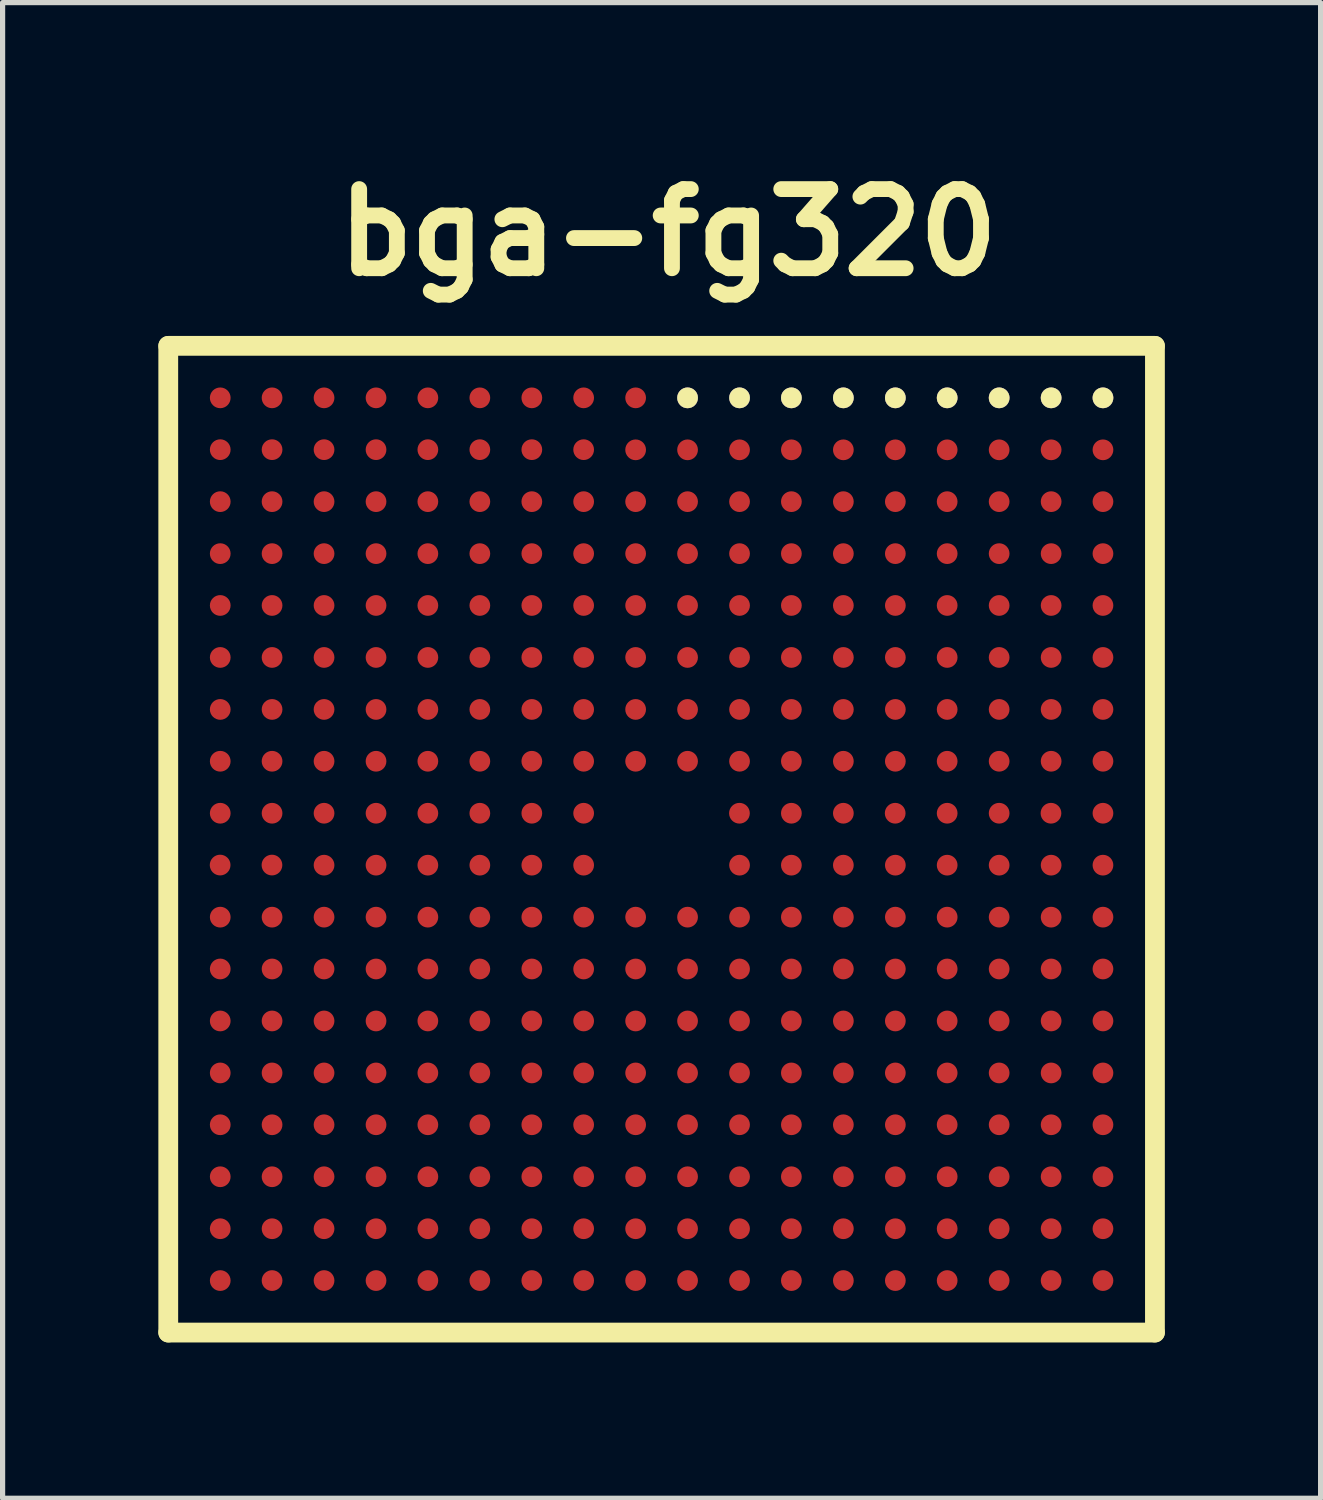
<source format=kicad_pcb>
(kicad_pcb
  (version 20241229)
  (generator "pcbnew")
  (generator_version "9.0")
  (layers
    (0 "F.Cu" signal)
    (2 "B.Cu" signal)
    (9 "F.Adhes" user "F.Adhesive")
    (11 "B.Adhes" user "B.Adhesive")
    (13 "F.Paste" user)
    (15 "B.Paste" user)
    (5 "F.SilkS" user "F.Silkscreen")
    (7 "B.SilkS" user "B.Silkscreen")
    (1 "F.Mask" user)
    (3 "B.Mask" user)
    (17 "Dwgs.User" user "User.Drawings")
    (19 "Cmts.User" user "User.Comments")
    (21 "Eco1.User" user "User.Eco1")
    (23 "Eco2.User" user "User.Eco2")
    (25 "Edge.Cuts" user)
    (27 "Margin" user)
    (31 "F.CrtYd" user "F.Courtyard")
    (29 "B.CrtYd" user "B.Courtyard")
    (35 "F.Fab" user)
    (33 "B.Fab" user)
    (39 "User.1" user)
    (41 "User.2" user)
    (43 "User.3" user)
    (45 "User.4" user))
  (footprint "bga-fg320"
    (layer "F.Cu")
    (at 9.69 13.11)
    (property "Reference" "bga-fg320" (at 0.127 -11.684 0) (layer "F.SilkS") (effects (font (size 1.524 1.524) (thickness 0.305))))
    (attr through_hole)
    (fp_line (start -9.5 -9.5) (end 9.5 -9.5) (stroke (width 0.381) (type solid)) (layer "F.SilkS"))
    (fp_line (start -9.5 9.5) (end -9.5 -9.5) (stroke (width 0.381) (type solid)) (layer "F.SilkS"))
    (fp_line (start 9.5 -9.5) (end 9.5 9.5) (stroke (width 0.381) (type solid)) (layer "F.SilkS"))
    (fp_line (start 9.5 9.5) (end -9.5 9.5) (stroke (width 0.381) (type solid)) (layer "F.SilkS"))
    (pad "A1" smd circle (at -8.499 -8.499) (size 0.399 0.399) (layers "F.Cu" "F.Mask" "F.Paste"))
    (pad "A2" smd circle (at -7.501 -8.499) (size 0.399 0.399) (layers "F.Cu" "F.Mask" "F.Paste"))
    (pad "A3" smd circle (at -6.5 -8.499) (size 0.399 0.399) (layers "F.Cu" "F.Mask" "F.Paste"))
    (pad "A4" smd circle (at -5.499 -8.499) (size 0.399 0.399) (layers "F.Cu" "F.Mask" "F.Paste"))
    (pad "A5" smd circle (at -4.501 -8.499) (size 0.399 0.399) (layers "F.Cu" "F.Mask" "F.Paste"))
    (pad "A6" smd circle (at -3.5 -8.499) (size 0.399 0.399) (layers "F.Cu" "F.Mask" "F.Paste"))
    (pad "A7" smd circle (at -2.499 -8.499) (size 0.399 0.399) (layers "F.Cu" "F.Mask" "F.Paste"))
    (pad "A8" smd circle (at -1.501 -8.499) (size 0.399 0.399) (layers "F.Cu" "F.Mask" "F.Paste"))
    (pad "A9" smd circle (at -0.5 -8.499) (size 0.399 0.399) (layers "F.Cu" "F.Mask" "F.Paste"))
    (pad "A10" thru_hole circle (at 0.5 -8.499) (size 0.399 0.399) (drill 0.000001) (layers "F.Cu" "F.Mask" "F.SilkS"))
    (pad "A11" thru_hole circle (at 1.501 -8.499) (size 0.399 0.399) (drill 0.000001) (layers "F.Cu" "F.Mask" "F.SilkS"))
    (pad "A12" thru_hole circle (at 2.499 -8.499) (size 0.399 0.399) (drill 0.000001) (layers "F.Cu" "F.Mask" "F.SilkS"))
    (pad "A13" thru_hole circle (at 3.5 -8.499) (size 0.399 0.399) (drill 0.000001) (layers "F.Cu" "F.Mask" "F.SilkS"))
    (pad "A14" thru_hole circle (at 4.501 -8.499) (size 0.399 0.399) (drill 0.000001) (layers "F.Cu" "F.Mask" "F.SilkS"))
    (pad "A15" thru_hole circle (at 5.499 -8.499) (size 0.399 0.399) (drill 0.000001) (layers "F.Cu" "F.Mask" "F.SilkS"))
    (pad "A16" thru_hole circle (at 6.5 -8.499) (size 0.399 0.399) (drill 0.000001) (layers "F.Cu" "F.Mask" "F.SilkS"))
    (pad "A17" thru_hole circle (at 7.501 -8.499) (size 0.399 0.399) (drill 0.000001) (layers "F.Cu" "F.Mask" "F.SilkS"))
    (pad "A18" thru_hole circle (at 8.499 -8.499) (size 0.399 0.399) (drill 0.000001) (layers "F.Cu" "F.Mask" "F.SilkS"))
    (pad "B1" smd circle (at -8.499 -7.501) (size 0.399 0.399) (layers "F.Cu" "F.Mask" "F.Paste"))
    (pad "B2" smd circle (at -7.501 -7.501) (size 0.399 0.399) (layers "F.Cu" "F.Mask" "F.Paste"))
    (pad "B3" smd circle (at -6.5 -7.501) (size 0.399 0.399) (layers "F.Cu" "F.Mask" "F.Paste"))
    (pad "B4" smd circle (at -5.499 -7.501) (size 0.399 0.399) (layers "F.Cu" "F.Mask" "F.Paste"))
    (pad "B5" smd circle (at -4.501 -7.501) (size 0.399 0.399) (layers "F.Cu" "F.Mask" "F.Paste"))
    (pad "B6" smd circle (at -3.5 -7.501) (size 0.399 0.399) (layers "F.Cu" "F.Mask" "F.Paste"))
    (pad "B7" smd circle (at -2.499 -7.501) (size 0.399 0.399) (layers "F.Cu" "F.Mask" "F.Paste"))
    (pad "B8" smd circle (at -1.501 -7.501) (size 0.399 0.399) (layers "F.Cu" "F.Mask" "F.Paste"))
    (pad "B9" smd circle (at -0.5 -7.498) (size 0.399 0.399) (layers "F.Cu" "F.Mask" "F.Paste"))
    (pad "B10" smd circle (at 0.5 -7.498) (size 0.399 0.399) (layers "F.Cu" "F.Mask" "F.Paste"))
    (pad "B11" smd circle (at 1.501 -7.498) (size 0.399 0.399) (layers "F.Cu" "F.Mask" "F.Paste"))
    (pad "B12" smd circle (at 2.499 -7.498) (size 0.399 0.399) (layers "F.Cu" "F.Mask" "F.Paste"))
    (pad "B13" smd circle (at 3.5 -7.498) (size 0.399 0.399) (layers "F.Cu" "F.Mask" "F.Paste"))
    (pad "B14" smd circle (at 4.501 -7.498) (size 0.399 0.399) (layers "F.Cu" "F.Mask" "F.Paste"))
    (pad "B15" smd circle (at 5.499 -7.498) (size 0.399 0.399) (layers "F.Cu" "F.Mask" "F.Paste"))
    (pad "B16" smd circle (at 6.5 -7.498) (size 0.399 0.399) (layers "F.Cu" "F.Mask" "F.Paste"))
    (pad "B17" smd circle (at 7.501 -7.498) (size 0.399 0.399) (layers "F.Cu" "F.Mask" "F.Paste"))
    (pad "B18" smd circle (at 8.499 -7.498) (size 0.399 0.399) (layers "F.Cu" "F.Mask" "F.Paste"))
    (pad "C1" smd circle (at -8.499 -6.5) (size 0.399 0.399) (layers "F.Cu" "F.Mask" "F.Paste"))
    (pad "C2" smd circle (at -7.501 -6.5) (size 0.399 0.399) (layers "F.Cu" "F.Mask" "F.Paste"))
    (pad "C3" smd circle (at -6.5 -6.5) (size 0.399 0.399) (layers "F.Cu" "F.Mask" "F.Paste"))
    (pad "C4" smd circle (at -5.499 -6.5) (size 0.399 0.399) (layers "F.Cu" "F.Mask" "F.Paste"))
    (pad "C5" smd circle (at -4.501 -6.5) (size 0.399 0.399) (layers "F.Cu" "F.Mask" "F.Paste"))
    (pad "C6" smd circle (at -3.5 -6.5) (size 0.399 0.399) (layers "F.Cu" "F.Mask" "F.Paste"))
    (pad "C7" smd circle (at -2.499 -6.5) (size 0.399 0.399) (layers "F.Cu" "F.Mask" "F.Paste"))
    (pad "C8" smd circle (at -1.501 -6.5) (size 0.399 0.399) (layers "F.Cu" "F.Mask" "F.Paste"))
    (pad "C9" smd circle (at -0.5 -6.5) (size 0.399 0.399) (layers "F.Cu" "F.Mask" "F.Paste"))
    (pad "C10" smd circle (at 0.5 -6.5) (size 0.399 0.399) (layers "F.Cu" "F.Mask" "F.Paste"))
    (pad "C11" smd circle (at 1.501 -6.5) (size 0.399 0.399) (layers "F.Cu" "F.Mask" "F.Paste"))
    (pad "C12" smd circle (at 2.499 -6.5) (size 0.399 0.399) (layers "F.Cu" "F.Mask" "F.Paste"))
    (pad "C13" smd circle (at 3.5 -6.5) (size 0.399 0.399) (layers "F.Cu" "F.Mask" "F.Paste"))
    (pad "C14" smd circle (at 4.501 -6.5) (size 0.399 0.399) (layers "F.Cu" "F.Mask" "F.Paste"))
    (pad "C15" smd circle (at 5.499 -6.5) (size 0.399 0.399) (layers "F.Cu" "F.Mask" "F.Paste"))
    (pad "C16" smd circle (at 6.5 -6.5) (size 0.399 0.399) (layers "F.Cu" "F.Mask" "F.Paste"))
    (pad "C17" smd circle (at 7.501 -6.5) (size 0.399 0.399) (layers "F.Cu" "F.Mask" "F.Paste"))
    (pad "C18" smd circle (at 8.499 -6.5) (size 0.399 0.399) (layers "F.Cu" "F.Mask" "F.Paste"))
    (pad "D1" smd circle (at -8.499 -5.499) (size 0.399 0.399) (layers "F.Cu" "F.Mask" "F.Paste"))
    (pad "D2" smd circle (at -7.501 -5.499) (size 0.399 0.399) (layers "F.Cu" "F.Mask" "F.Paste"))
    (pad "D3" smd circle (at -6.5 -5.499) (size 0.399 0.399) (layers "F.Cu" "F.Mask" "F.Paste"))
    (pad "D4" smd circle (at -5.499 -5.499) (size 0.399 0.399) (layers "F.Cu" "F.Mask" "F.Paste"))
    (pad "D5" smd circle (at -4.501 -5.499) (size 0.399 0.399) (layers "F.Cu" "F.Mask" "F.Paste"))
    (pad "D6" smd circle (at -3.5 -5.499) (size 0.399 0.399) (layers "F.Cu" "F.Mask" "F.Paste"))
    (pad "D7" smd circle (at -2.499 -5.499) (size 0.399 0.399) (layers "F.Cu" "F.Mask" "F.Paste"))
    (pad "D8" smd circle (at -1.501 -5.499) (size 0.399 0.399) (layers "F.Cu" "F.Mask" "F.Paste"))
    (pad "D9" smd circle (at -0.5 -5.499) (size 0.399 0.399) (layers "F.Cu" "F.Mask" "F.Paste"))
    (pad "D10" smd circle (at 0.5 -5.499) (size 0.399 0.399) (layers "F.Cu" "F.Mask" "F.Paste"))
    (pad "D11" smd circle (at 1.501 -5.499) (size 0.399 0.399) (layers "F.Cu" "F.Mask" "F.Paste"))
    (pad "D12" smd circle (at 2.499 -5.499) (size 0.399 0.399) (layers "F.Cu" "F.Mask" "F.Paste"))
    (pad "D13" smd circle (at 3.5 -5.499) (size 0.399 0.399) (layers "F.Cu" "F.Mask" "F.Paste"))
    (pad "D14" smd circle (at 4.501 -5.499) (size 0.399 0.399) (layers "F.Cu" "F.Mask" "F.Paste"))
    (pad "D15" smd circle (at 5.499 -5.499) (size 0.399 0.399) (layers "F.Cu" "F.Mask" "F.Paste"))
    (pad "D16" smd circle (at 6.5 -5.499) (size 0.399 0.399) (layers "F.Cu" "F.Mask" "F.Paste"))
    (pad "D17" smd circle (at 7.501 -5.499) (size 0.399 0.399) (layers "F.Cu" "F.Mask" "F.Paste"))
    (pad "D18" smd circle (at 8.499 -5.499) (size 0.399 0.399) (layers "F.Cu" "F.Mask" "F.Paste"))
    (pad "E1" smd circle (at -8.499 -4.501) (size 0.399 0.399) (layers "F.Cu" "F.Mask" "F.Paste"))
    (pad "E2" smd circle (at -7.501 -4.501) (size 0.399 0.399) (layers "F.Cu" "F.Mask" "F.Paste"))
    (pad "E3" smd circle (at -6.5 -4.501) (size 0.399 0.399) (layers "F.Cu" "F.Mask" "F.Paste"))
    (pad "E4" smd circle (at -5.499 -4.501) (size 0.399 0.399) (layers "F.Cu" "F.Mask" "F.Paste"))
    (pad "E5" smd circle (at -4.501 -4.501) (size 0.399 0.399) (layers "F.Cu" "F.Mask" "F.Paste"))
    (pad "E6" smd circle (at -3.5 -4.501) (size 0.399 0.399) (layers "F.Cu" "F.Mask" "F.Paste"))
    (pad "E7" smd circle (at -2.499 -4.501) (size 0.399 0.399) (layers "F.Cu" "F.Mask" "F.Paste"))
    (pad "E8" smd circle (at -1.501 -4.501) (size 0.399 0.399) (layers "F.Cu" "F.Mask" "F.Paste"))
    (pad "E9" smd circle (at -0.5 -4.501) (size 0.399 0.399) (layers "F.Cu" "F.Mask" "F.Paste"))
    (pad "E10" smd circle (at 0.5 -4.501) (size 0.399 0.399) (layers "F.Cu" "F.Mask" "F.Paste"))
    (pad "E11" smd circle (at 1.501 -4.501) (size 0.399 0.399) (layers "F.Cu" "F.Mask" "F.Paste"))
    (pad "E12" smd circle (at 2.499 -4.501) (size 0.399 0.399) (layers "F.Cu" "F.Mask" "F.Paste"))
    (pad "E13" smd circle (at 3.5 -4.501) (size 0.399 0.399) (layers "F.Cu" "F.Mask" "F.Paste"))
    (pad "E14" smd circle (at 4.501 -4.501) (size 0.399 0.399) (layers "F.Cu" "F.Mask" "F.Paste"))
    (pad "E15" smd circle (at 5.499 -4.501) (size 0.399 0.399) (layers "F.Cu" "F.Mask" "F.Paste"))
    (pad "E16" smd circle (at 6.5 -4.501) (size 0.399 0.399) (layers "F.Cu" "F.Mask" "F.Paste"))
    (pad "E17" smd circle (at 7.501 -4.501) (size 0.399 0.399) (layers "F.Cu" "F.Mask" "F.Paste"))
    (pad "E18" smd circle (at 8.499 -4.501) (size 0.399 0.399) (layers "F.Cu" "F.Mask" "F.Paste"))
    (pad "F1" smd circle (at -8.499 -3.5) (size 0.399 0.399) (layers "F.Cu" "F.Mask" "F.Paste"))
    (pad "F2" smd circle (at -7.501 -3.5) (size 0.399 0.399) (layers "F.Cu" "F.Mask" "F.Paste"))
    (pad "F3" smd circle (at -6.5 -3.5) (size 0.399 0.399) (layers "F.Cu" "F.Mask" "F.Paste"))
    (pad "F4" smd circle (at -5.499 -3.5) (size 0.399 0.399) (layers "F.Cu" "F.Mask" "F.Paste"))
    (pad "F5" smd circle (at -4.501 -3.5) (size 0.399 0.399) (layers "F.Cu" "F.Mask" "F.Paste"))
    (pad "F6" smd circle (at -3.5 -3.5) (size 0.399 0.399) (layers "F.Cu" "F.Mask" "F.Paste"))
    (pad "F7" smd circle (at -2.499 -3.5) (size 0.399 0.399) (layers "F.Cu" "F.Mask" "F.Paste"))
    (pad "F8" smd circle (at -1.501 -3.5) (size 0.399 0.399) (layers "F.Cu" "F.Mask" "F.Paste"))
    (pad "F9" smd circle (at -0.5 -3.5) (size 0.399 0.399) (layers "F.Cu" "F.Mask" "F.Paste"))
    (pad "F10" smd circle (at 0.5 -3.5) (size 0.399 0.399) (layers "F.Cu" "F.Mask" "F.Paste"))
    (pad "F11" smd circle (at 1.501 -3.5) (size 0.399 0.399) (layers "F.Cu" "F.Mask" "F.Paste"))
    (pad "F12" smd circle (at 2.499 -3.5) (size 0.399 0.399) (layers "F.Cu" "F.Mask" "F.Paste"))
    (pad "F13" smd circle (at 3.5 -3.5) (size 0.399 0.399) (layers "F.Cu" "F.Mask" "F.Paste"))
    (pad "F14" smd circle (at 4.501 -3.5) (size 0.399 0.399) (layers "F.Cu" "F.Mask" "F.Paste"))
    (pad "F15" smd circle (at 5.499 -3.5) (size 0.399 0.399) (layers "F.Cu" "F.Mask" "F.Paste"))
    (pad "F16" smd circle (at 6.5 -3.5) (size 0.399 0.399) (layers "F.Cu" "F.Mask" "F.Paste"))
    (pad "F17" smd circle (at 7.501 -3.5) (size 0.399 0.399) (layers "F.Cu" "F.Mask" "F.Paste"))
    (pad "F18" smd circle (at 8.499 -3.5) (size 0.399 0.399) (layers "F.Cu" "F.Mask" "F.Paste"))
    (pad "G1" smd circle (at -8.499 -2.499) (size 0.399 0.399) (layers "F.Cu" "F.Mask" "F.Paste"))
    (pad "G2" smd circle (at -7.501 -2.499) (size 0.399 0.399) (layers "F.Cu" "F.Mask" "F.Paste"))
    (pad "G3" smd circle (at -6.5 -2.499) (size 0.399 0.399) (layers "F.Cu" "F.Mask" "F.Paste"))
    (pad "G4" smd circle (at -5.499 -2.499) (size 0.399 0.399) (layers "F.Cu" "F.Mask" "F.Paste"))
    (pad "G5" smd circle (at -4.501 -2.499) (size 0.399 0.399) (layers "F.Cu" "F.Mask" "F.Paste"))
    (pad "G6" smd circle (at -3.5 -2.499) (size 0.399 0.399) (layers "F.Cu" "F.Mask" "F.Paste"))
    (pad "G7" smd circle (at -2.499 -2.499) (size 0.399 0.399) (layers "F.Cu" "F.Mask" "F.Paste"))
    (pad "G8" smd circle (at -1.501 -2.499) (size 0.399 0.399) (layers "F.Cu" "F.Mask" "F.Paste"))
    (pad "G9" smd circle (at -0.5 -2.499) (size 0.399 0.399) (layers "F.Cu" "F.Mask" "F.Paste"))
    (pad "G10" smd circle (at 0.5 -2.499) (size 0.399 0.399) (layers "F.Cu" "F.Mask" "F.Paste"))
    (pad "G11" smd circle (at 1.501 -2.499) (size 0.399 0.399) (layers "F.Cu" "F.Mask" "F.Paste"))
    (pad "G12" smd circle (at 2.499 -2.499) (size 0.399 0.399) (layers "F.Cu" "F.Mask" "F.Paste"))
    (pad "G13" smd circle (at 3.5 -2.499) (size 0.399 0.399) (layers "F.Cu" "F.Mask" "F.Paste"))
    (pad "G14" smd circle (at 4.501 -2.499) (size 0.399 0.399) (layers "F.Cu" "F.Mask" "F.Paste"))
    (pad "G15" smd circle (at 5.499 -2.499) (size 0.399 0.399) (layers "F.Cu" "F.Mask" "F.Paste"))
    (pad "G16" smd circle (at 6.5 -2.499) (size 0.399 0.399) (layers "F.Cu" "F.Mask" "F.Paste"))
    (pad "G17" smd circle (at 7.501 -2.499) (size 0.399 0.399) (layers "F.Cu" "F.Mask" "F.Paste"))
    (pad "G18" smd circle (at 8.499 -2.499) (size 0.399 0.399) (layers "F.Cu" "F.Mask" "F.Paste"))
    (pad "H1" smd circle (at -8.499 -1.501) (size 0.399 0.399) (layers "F.Cu" "F.Mask" "F.Paste"))
    (pad "H2" smd circle (at -7.501 -1.501) (size 0.399 0.399) (layers "F.Cu" "F.Mask" "F.Paste"))
    (pad "H3" smd circle (at -6.5 -1.501) (size 0.399 0.399) (layers "F.Cu" "F.Mask" "F.Paste"))
    (pad "H4" smd circle (at -5.499 -1.501) (size 0.399 0.399) (layers "F.Cu" "F.Mask" "F.Paste"))
    (pad "H5" smd circle (at -4.501 -1.501) (size 0.399 0.399) (layers "F.Cu" "F.Mask" "F.Paste"))
    (pad "H6" smd circle (at -3.5 -1.501) (size 0.399 0.399) (layers "F.Cu" "F.Mask" "F.Paste"))
    (pad "H7" smd circle (at -2.499 -1.501) (size 0.399 0.399) (layers "F.Cu" "F.Mask" "F.Paste"))
    (pad "H8" smd circle (at -1.501 -1.501) (size 0.399 0.399) (layers "F.Cu" "F.Mask" "F.Paste"))
    (pad "H9" smd circle (at -0.5 -1.501) (size 0.399 0.399) (layers "F.Cu" "F.Mask" "F.Paste"))
    (pad "H10" smd circle (at 0.5 -1.501) (size 0.399 0.399) (layers "F.Cu" "F.Mask" "F.Paste"))
    (pad "H11" smd circle (at 1.501 -1.501) (size 0.399 0.399) (layers "F.Cu" "F.Mask" "F.Paste"))
    (pad "H12" smd circle (at 2.499 -1.501) (size 0.399 0.399) (layers "F.Cu" "F.Mask" "F.Paste"))
    (pad "H13" smd circle (at 3.5 -1.501) (size 0.399 0.399) (layers "F.Cu" "F.Mask" "F.Paste"))
    (pad "H14" smd circle (at 4.501 -1.501) (size 0.399 0.399) (layers "F.Cu" "F.Mask" "F.Paste"))
    (pad "H15" smd circle (at 5.499 -1.501) (size 0.399 0.399) (layers "F.Cu" "F.Mask" "F.Paste"))
    (pad "H16" smd circle (at 6.5 -1.501) (size 0.399 0.399) (layers "F.Cu" "F.Mask" "F.Paste"))
    (pad "H17" smd circle (at 7.501 -1.501) (size 0.399 0.399) (layers "F.Cu" "F.Mask" "F.Paste"))
    (pad "H18" smd circle (at 8.499 -1.501) (size 0.399 0.399) (layers "F.Cu" "F.Mask" "F.Paste"))
    (pad "J1" smd circle (at -8.499 -0.5) (size 0.399 0.399) (layers "F.Cu" "F.Mask" "F.Paste"))
    (pad "J2" smd circle (at -7.501 -0.5) (size 0.399 0.399) (layers "F.Cu" "F.Mask" "F.Paste"))
    (pad "J3" smd circle (at -6.5 -0.5) (size 0.399 0.399) (layers "F.Cu" "F.Mask" "F.Paste"))
    (pad "J4" smd circle (at -5.499 -0.5) (size 0.399 0.399) (layers "F.Cu" "F.Mask" "F.Paste"))
    (pad "J5" smd circle (at -4.501 -0.5) (size 0.399 0.399) (layers "F.Cu" "F.Mask" "F.Paste"))
    (pad "J6" smd circle (at -3.5 -0.5) (size 0.399 0.399) (layers "F.Cu" "F.Mask" "F.Paste"))
    (pad "J7" smd circle (at -2.499 -0.5) (size 0.399 0.399) (layers "F.Cu" "F.Mask" "F.Paste"))
    (pad "J8" smd circle (at -1.501 -0.5) (size 0.399 0.399) (layers "F.Cu" "F.Mask" "F.Paste"))
    (pad "J11" smd circle (at 1.499 -0.5) (size 0.399 0.399) (layers "F.Cu" "F.Mask" "F.Paste"))
    (pad "J12" smd circle (at 2.499 -0.5) (size 0.399 0.399) (layers "F.Cu" "F.Mask" "F.Paste"))
    (pad "J13" smd circle (at 3.5 -0.5) (size 0.399 0.399) (layers "F.Cu" "F.Mask" "F.Paste"))
    (pad "J14" smd circle (at 4.498 -0.5) (size 0.399 0.399) (layers "F.Cu" "F.Mask" "F.Paste"))
    (pad "J15" smd circle (at 5.499 -0.5) (size 0.399 0.399) (layers "F.Cu" "F.Mask" "F.Paste"))
    (pad "J16" smd circle (at 6.5 -0.5) (size 0.399 0.399) (layers "F.Cu" "F.Mask" "F.Paste"))
    (pad "J17" smd circle (at 7.498 -0.5) (size 0.399 0.399) (layers "F.Cu" "F.Mask" "F.Paste"))
    (pad "J18" smd circle (at 8.499 -0.5) (size 0.399 0.399) (layers "F.Cu" "F.Mask" "F.Paste"))
    (pad "K1" smd circle (at -8.501 0.498) (size 0.399 0.399) (layers "F.Cu" "F.Mask" "F.Paste"))
    (pad "K2" smd circle (at -7.503 0.498) (size 0.399 0.399) (layers "F.Cu" "F.Mask" "F.Paste"))
    (pad "K3" smd circle (at -6.5 0.5) (size 0.399 0.399) (layers "F.Cu" "F.Mask" "F.Paste"))
    (pad "K4" smd circle (at -5.499 0.5) (size 0.399 0.399) (layers "F.Cu" "F.Mask" "F.Paste"))
    (pad "K5" smd circle (at -4.501 0.5) (size 0.399 0.399) (layers "F.Cu" "F.Mask" "F.Paste"))
    (pad "K6" smd circle (at -3.5 0.5) (size 0.399 0.399) (layers "F.Cu" "F.Mask" "F.Paste"))
    (pad "K7" smd circle (at -2.499 0.5) (size 0.399 0.399) (layers "F.Cu" "F.Mask" "F.Paste"))
    (pad "K8" smd circle (at -1.501 0.5) (size 0.399 0.399) (layers "F.Cu" "F.Mask" "F.Paste"))
    (pad "K11" smd circle (at 1.501 0.5) (size 0.399 0.399) (layers "F.Cu" "F.Mask" "F.Paste"))
    (pad "K12" smd circle (at 2.499 0.5) (size 0.399 0.399) (layers "F.Cu" "F.Mask" "F.Paste"))
    (pad "K13" smd circle (at 3.5 0.5) (size 0.399 0.399) (layers "F.Cu" "F.Mask" "F.Paste"))
    (pad "K14" smd circle (at 4.501 0.5) (size 0.399 0.399) (layers "F.Cu" "F.Mask" "F.Paste"))
    (pad "K15" smd circle (at 5.499 0.5) (size 0.399 0.399) (layers "F.Cu" "F.Mask" "F.Paste"))
    (pad "K16" smd circle (at 6.5 0.5) (size 0.399 0.399) (layers "F.Cu" "F.Mask" "F.Paste"))
    (pad "K17" smd circle (at 7.501 0.5) (size 0.399 0.399) (layers "F.Cu" "F.Mask" "F.Paste"))
    (pad "K18" smd circle (at 8.499 0.5) (size 0.399 0.399) (layers "F.Cu" "F.Mask" "F.Paste"))
    (pad "L1" smd circle (at -8.499 1.501) (size 0.399 0.399) (layers "F.Cu" "F.Mask" "F.Paste"))
    (pad "L2" smd circle (at -7.501 1.501) (size 0.399 0.399) (layers "F.Cu" "F.Mask" "F.Paste"))
    (pad "L3" smd circle (at -6.5 1.501) (size 0.399 0.399) (layers "F.Cu" "F.Mask" "F.Paste"))
    (pad "L4" smd circle (at -5.499 1.501) (size 0.399 0.399) (layers "F.Cu" "F.Mask" "F.Paste"))
    (pad "L5" smd circle (at -4.501 1.501) (size 0.399 0.399) (layers "F.Cu" "F.Mask" "F.Paste"))
    (pad "L6" smd circle (at -3.5 1.501) (size 0.399 0.399) (layers "F.Cu" "F.Mask" "F.Paste"))
    (pad "L7" smd circle (at -2.499 1.501) (size 0.399 0.399) (layers "F.Cu" "F.Mask" "F.Paste"))
    (pad "L8" smd circle (at -1.501 1.501) (size 0.399 0.399) (layers "F.Cu" "F.Mask" "F.Paste"))
    (pad "L9" smd circle (at -0.5 1.501) (size 0.399 0.399) (layers "F.Cu" "F.Mask" "F.Paste"))
    (pad "L10" smd circle (at 0.5 1.501) (size 0.399 0.399) (layers "F.Cu" "F.Mask" "F.Paste"))
    (pad "L11" smd circle (at 1.501 1.501) (size 0.399 0.399) (layers "F.Cu" "F.Mask" "F.Paste"))
    (pad "L12" smd circle (at 2.499 1.501) (size 0.399 0.399) (layers "F.Cu" "F.Mask" "F.Paste"))
    (pad "L13" smd circle (at 3.5 1.501) (size 0.399 0.399) (layers "F.Cu" "F.Mask" "F.Paste"))
    (pad "L14" smd circle (at 4.501 1.501) (size 0.399 0.399) (layers "F.Cu" "F.Mask" "F.Paste"))
    (pad "L15" smd circle (at 5.499 1.501) (size 0.399 0.399) (layers "F.Cu" "F.Mask" "F.Paste"))
    (pad "L16" smd circle (at 6.5 1.501) (size 0.399 0.399) (layers "F.Cu" "F.Mask" "F.Paste"))
    (pad "L17" smd circle (at 7.501 1.501) (size 0.399 0.399) (layers "F.Cu" "F.Mask" "F.Paste"))
    (pad "L18" smd circle (at 8.499 1.501) (size 0.399 0.399) (layers "F.Cu" "F.Mask" "F.Paste"))
    (pad "M1" smd circle (at -8.499 2.499) (size 0.399 0.399) (layers "F.Cu" "F.Mask" "F.Paste"))
    (pad "M2" smd circle (at -7.501 2.499) (size 0.399 0.399) (layers "F.Cu" "F.Mask" "F.Paste"))
    (pad "M3" smd circle (at -6.5 2.499) (size 0.399 0.399) (layers "F.Cu" "F.Mask" "F.Paste"))
    (pad "M4" smd circle (at -5.499 2.499) (size 0.399 0.399) (layers "F.Cu" "F.Mask" "F.Paste"))
    (pad "M5" smd circle (at -4.501 2.499) (size 0.399 0.399) (layers "F.Cu" "F.Mask" "F.Paste"))
    (pad "M6" smd circle (at -3.5 2.499) (size 0.399 0.399) (layers "F.Cu" "F.Mask" "F.Paste"))
    (pad "M7" smd circle (at -2.499 2.499) (size 0.399 0.399) (layers "F.Cu" "F.Mask" "F.Paste"))
    (pad "M8" smd circle (at -1.501 2.499) (size 0.399 0.399) (layers "F.Cu" "F.Mask" "F.Paste"))
    (pad "M9" smd circle (at -0.5 2.499) (size 0.399 0.399) (layers "F.Cu" "F.Mask" "F.Paste"))
    (pad "M10" smd circle (at 0.5 2.499) (size 0.399 0.399) (layers "F.Cu" "F.Mask" "F.Paste"))
    (pad "M11" smd circle (at 1.501 2.499) (size 0.399 0.399) (layers "F.Cu" "F.Mask" "F.Paste"))
    (pad "M12" smd circle (at 2.499 2.499) (size 0.399 0.399) (layers "F.Cu" "F.Mask" "F.Paste"))
    (pad "M13" smd circle (at 3.5 2.499) (size 0.399 0.399) (layers "F.Cu" "F.Mask" "F.Paste"))
    (pad "M14" smd circle (at 4.501 2.499) (size 0.399 0.399) (layers "F.Cu" "F.Mask" "F.Paste"))
    (pad "M15" smd circle (at 5.499 2.499) (size 0.399 0.399) (layers "F.Cu" "F.Mask" "F.Paste"))
    (pad "M16" smd circle (at 6.5 2.499) (size 0.399 0.399) (layers "F.Cu" "F.Mask" "F.Paste"))
    (pad "M17" smd circle (at 7.501 2.499) (size 0.399 0.399) (layers "F.Cu" "F.Mask" "F.Paste"))
    (pad "M18" smd circle (at 8.499 2.499) (size 0.399 0.399) (layers "F.Cu" "F.Mask" "F.Paste"))
    (pad "N1" smd circle (at -8.499 3.5) (size 0.399 0.399) (layers "F.Cu" "F.Mask" "F.Paste"))
    (pad "N2" smd circle (at -7.501 3.5) (size 0.399 0.399) (layers "F.Cu" "F.Mask" "F.Paste"))
    (pad "N3" smd circle (at -6.5 3.5) (size 0.399 0.399) (layers "F.Cu" "F.Mask" "F.Paste"))
    (pad "N4" smd circle (at -5.499 3.5) (size 0.399 0.399) (layers "F.Cu" "F.Mask" "F.Paste"))
    (pad "N5" smd circle (at -4.501 3.5) (size 0.399 0.399) (layers "F.Cu" "F.Mask" "F.Paste"))
    (pad "N6" smd circle (at -3.5 3.5) (size 0.399 0.399) (layers "F.Cu" "F.Mask" "F.Paste"))
    (pad "N7" smd circle (at -2.499 3.5) (size 0.399 0.399) (layers "F.Cu" "F.Mask" "F.Paste"))
    (pad "N8" smd circle (at -1.501 3.5) (size 0.399 0.399) (layers "F.Cu" "F.Mask" "F.Paste"))
    (pad "N9" smd circle (at -0.5 3.5) (size 0.399 0.399) (layers "F.Cu" "F.Mask" "F.Paste"))
    (pad "N10" smd circle (at 0.5 3.5) (size 0.399 0.399) (layers "F.Cu" "F.Mask" "F.Paste"))
    (pad "N11" smd circle (at 1.501 3.5) (size 0.399 0.399) (layers "F.Cu" "F.Mask" "F.Paste"))
    (pad "N12" smd circle (at 2.499 3.5) (size 0.399 0.399) (layers "F.Cu" "F.Mask" "F.Paste"))
    (pad "N13" smd circle (at 3.5 3.5) (size 0.399 0.399) (layers "F.Cu" "F.Mask" "F.Paste"))
    (pad "N14" smd circle (at 4.501 3.5) (size 0.399 0.399) (layers "F.Cu" "F.Mask" "F.Paste"))
    (pad "N15" smd circle (at 5.499 3.5) (size 0.399 0.399) (layers "F.Cu" "F.Mask" "F.Paste"))
    (pad "N16" smd circle (at 6.5 3.5) (size 0.399 0.399) (layers "F.Cu" "F.Mask" "F.Paste"))
    (pad "N17" smd circle (at 7.501 3.5) (size 0.399 0.399) (layers "F.Cu" "F.Mask" "F.Paste"))
    (pad "N18" smd circle (at 8.499 3.5) (size 0.399 0.399) (layers "F.Cu" "F.Mask" "F.Paste"))
    (pad "P1" smd circle (at -8.499 4.501) (size 0.399 0.399) (layers "F.Cu" "F.Mask" "F.Paste"))
    (pad "P2" smd circle (at -7.501 4.501) (size 0.399 0.399) (layers "F.Cu" "F.Mask" "F.Paste"))
    (pad "P3" smd circle (at -6.5 4.501) (size 0.399 0.399) (layers "F.Cu" "F.Mask" "F.Paste"))
    (pad "P4" smd circle (at -5.499 4.501) (size 0.399 0.399) (layers "F.Cu" "F.Mask" "F.Paste"))
    (pad "P5" smd circle (at -4.501 4.501) (size 0.399 0.399) (layers "F.Cu" "F.Mask" "F.Paste"))
    (pad "P6" smd circle (at -3.5 4.501) (size 0.399 0.399) (layers "F.Cu" "F.Mask" "F.Paste"))
    (pad "P7" smd circle (at -2.499 4.501) (size 0.399 0.399) (layers "F.Cu" "F.Mask" "F.Paste"))
    (pad "P8" smd circle (at -1.501 4.501) (size 0.399 0.399) (layers "F.Cu" "F.Mask" "F.Paste"))
    (pad "P9" smd circle (at -0.5 4.501) (size 0.399 0.399) (layers "F.Cu" "F.Mask" "F.Paste"))
    (pad "P10" smd circle (at 0.5 4.501) (size 0.399 0.399) (layers "F.Cu" "F.Mask" "F.Paste"))
    (pad "P11" smd circle (at 1.501 4.501) (size 0.399 0.399) (layers "F.Cu" "F.Mask" "F.Paste"))
    (pad "P12" smd circle (at 2.499 4.501) (size 0.399 0.399) (layers "F.Cu" "F.Mask" "F.Paste"))
    (pad "P13" smd circle (at 3.5 4.501) (size 0.399 0.399) (layers "F.Cu" "F.Mask" "F.Paste"))
    (pad "P14" smd circle (at 4.501 4.501) (size 0.399 0.399) (layers "F.Cu" "F.Mask" "F.Paste"))
    (pad "P15" smd circle (at 5.499 4.501) (size 0.399 0.399) (layers "F.Cu" "F.Mask" "F.Paste"))
    (pad "P16" smd circle (at 6.5 4.501) (size 0.399 0.399) (layers "F.Cu" "F.Mask" "F.Paste"))
    (pad "P17" smd circle (at 7.501 4.501) (size 0.399 0.399) (layers "F.Cu" "F.Mask" "F.Paste"))
    (pad "P18" smd circle (at 8.499 4.501) (size 0.399 0.399) (layers "F.Cu" "F.Mask" "F.Paste"))
    (pad "R1" smd circle (at -8.499 5.499) (size 0.399 0.399) (layers "F.Cu" "F.Mask" "F.Paste"))
    (pad "R2" smd circle (at -7.501 5.499) (size 0.399 0.399) (layers "F.Cu" "F.Mask" "F.Paste"))
    (pad "R3" smd circle (at -6.5 5.499) (size 0.399 0.399) (layers "F.Cu" "F.Mask" "F.Paste"))
    (pad "R4" smd circle (at -5.499 5.499) (size 0.399 0.399) (layers "F.Cu" "F.Mask" "F.Paste"))
    (pad "R5" smd circle (at -4.501 5.499) (size 0.399 0.399) (layers "F.Cu" "F.Mask" "F.Paste"))
    (pad "R6" smd circle (at -3.5 5.499) (size 0.399 0.399) (layers "F.Cu" "F.Mask" "F.Paste"))
    (pad "R7" smd circle (at -2.499 5.499) (size 0.399 0.399) (layers "F.Cu" "F.Mask" "F.Paste"))
    (pad "R8" smd circle (at -1.501 5.499) (size 0.399 0.399) (layers "F.Cu" "F.Mask" "F.Paste"))
    (pad "R9" smd circle (at -0.5 5.499) (size 0.399 0.399) (layers "F.Cu" "F.Mask" "F.Paste"))
    (pad "R10" smd circle (at 0.5 5.499) (size 0.399 0.399) (layers "F.Cu" "F.Mask" "F.Paste"))
    (pad "R11" smd circle (at 1.501 5.499) (size 0.399 0.399) (layers "F.Cu" "F.Mask" "F.Paste"))
    (pad "R12" smd circle (at 2.499 5.499) (size 0.399 0.399) (layers "F.Cu" "F.Mask" "F.Paste"))
    (pad "R13" smd circle (at 3.5 5.499) (size 0.399 0.399) (layers "F.Cu" "F.Mask" "F.Paste"))
    (pad "R14" smd circle (at 4.501 5.499) (size 0.399 0.399) (layers "F.Cu" "F.Mask" "F.Paste"))
    (pad "R15" smd circle (at 5.499 5.499) (size 0.399 0.399) (layers "F.Cu" "F.Mask" "F.Paste"))
    (pad "R16" smd circle (at 6.5 5.499) (size 0.399 0.399) (layers "F.Cu" "F.Mask" "F.Paste"))
    (pad "R17" smd circle (at 7.501 5.499) (size 0.399 0.399) (layers "F.Cu" "F.Mask" "F.Paste"))
    (pad "R18" smd circle (at 8.499 5.499) (size 0.399 0.399) (layers "F.Cu" "F.Mask" "F.Paste"))
    (pad "T1" smd circle (at -8.499 6.5) (size 0.399 0.399) (layers "F.Cu" "F.Mask" "F.Paste"))
    (pad "T2" smd circle (at -7.501 6.5) (size 0.399 0.399) (layers "F.Cu" "F.Mask" "F.Paste"))
    (pad "T3" smd circle (at -6.5 6.5) (size 0.399 0.399) (layers "F.Cu" "F.Mask" "F.Paste"))
    (pad "T4" smd circle (at -5.499 6.5) (size 0.399 0.399) (layers "F.Cu" "F.Mask" "F.Paste"))
    (pad "T5" smd circle (at -4.501 6.5) (size 0.399 0.399) (layers "F.Cu" "F.Mask" "F.Paste"))
    (pad "T6" smd circle (at -3.5 6.5) (size 0.399 0.399) (layers "F.Cu" "F.Mask" "F.Paste"))
    (pad "T7" smd circle (at -2.499 6.5) (size 0.399 0.399) (layers "F.Cu" "F.Mask" "F.Paste"))
    (pad "T8" smd circle (at -1.501 6.5) (size 0.399 0.399) (layers "F.Cu" "F.Mask" "F.Paste"))
    (pad "T9" smd circle (at -0.5 6.5) (size 0.399 0.399) (layers "F.Cu" "F.Mask" "F.Paste"))
    (pad "T10" smd circle (at 0.5 6.5) (size 0.399 0.399) (layers "F.Cu" "F.Mask" "F.Paste"))
    (pad "T11" smd circle (at 1.501 6.5) (size 0.399 0.399) (layers "F.Cu" "F.Mask" "F.Paste"))
    (pad "T12" smd circle (at 2.499 6.5) (size 0.399 0.399) (layers "F.Cu" "F.Mask" "F.Paste"))
    (pad "T13" smd circle (at 3.5 6.5) (size 0.399 0.399) (layers "F.Cu" "F.Mask" "F.Paste"))
    (pad "T14" smd circle (at 4.501 6.5) (size 0.399 0.399) (layers "F.Cu" "F.Mask" "F.Paste"))
    (pad "T15" smd circle (at 5.499 6.5) (size 0.399 0.399) (layers "F.Cu" "F.Mask" "F.Paste"))
    (pad "T16" smd circle (at 6.5 6.5) (size 0.399 0.399) (layers "F.Cu" "F.Mask" "F.Paste"))
    (pad "T17" smd circle (at 7.501 6.5) (size 0.399 0.399) (layers "F.Cu" "F.Mask" "F.Paste"))
    (pad "T18" smd circle (at 8.499 6.5) (size 0.399 0.399) (layers "F.Cu" "F.Mask" "F.Paste"))
    (pad "U1" smd circle (at -8.499 7.501) (size 0.399 0.399) (layers "F.Cu" "F.Mask" "F.Paste"))
    (pad "U2" smd circle (at -7.501 7.501) (size 0.399 0.399) (layers "F.Cu" "F.Mask" "F.Paste"))
    (pad "U3" smd circle (at -6.5 7.501) (size 0.399 0.399) (layers "F.Cu" "F.Mask" "F.Paste"))
    (pad "U4" smd circle (at -5.499 7.501) (size 0.399 0.399) (layers "F.Cu" "F.Mask" "F.Paste"))
    (pad "U5" smd circle (at -4.501 7.501) (size 0.399 0.399) (layers "F.Cu" "F.Mask" "F.Paste"))
    (pad "U6" smd circle (at -3.5 7.501) (size 0.399 0.399) (layers "F.Cu" "F.Mask" "F.Paste"))
    (pad "U7" smd circle (at -2.499 7.501) (size 0.399 0.399) (layers "F.Cu" "F.Mask" "F.Paste"))
    (pad "U8" smd circle (at -1.501 7.501) (size 0.399 0.399) (layers "F.Cu" "F.Mask" "F.Paste"))
    (pad "U9" smd circle (at -0.5 7.501) (size 0.399 0.399) (layers "F.Cu" "F.Mask" "F.Paste"))
    (pad "U10" smd circle (at 0.5 7.501) (size 0.399 0.399) (layers "F.Cu" "F.Mask" "F.Paste"))
    (pad "U11" smd circle (at 1.501 7.501) (size 0.399 0.399) (layers "F.Cu" "F.Mask" "F.Paste"))
    (pad "U12" smd circle (at 2.499 7.501) (size 0.399 0.399) (layers "F.Cu" "F.Mask" "F.Paste"))
    (pad "U13" smd circle (at 3.5 7.501) (size 0.399 0.399) (layers "F.Cu" "F.Mask" "F.Paste"))
    (pad "U14" smd circle (at 4.501 7.501) (size 0.399 0.399) (layers "F.Cu" "F.Mask" "F.Paste"))
    (pad "U15" smd circle (at 5.499 7.501) (size 0.399 0.399) (layers "F.Cu" "F.Mask" "F.Paste"))
    (pad "U16" smd circle (at 6.5 7.501) (size 0.399 0.399) (layers "F.Cu" "F.Mask" "F.Paste"))
    (pad "U17" smd circle (at 7.501 7.501) (size 0.399 0.399) (layers "F.Cu" "F.Mask" "F.Paste"))
    (pad "U18" smd circle (at 8.499 7.501) (size 0.399 0.399) (layers "F.Cu" "F.Mask" "F.Paste"))
    (pad "V1" smd circle (at -8.499 8.499) (size 0.399 0.399) (layers "F.Cu" "F.Mask" "F.Paste"))
    (pad "V2" smd circle (at -7.501 8.499) (size 0.399 0.399) (layers "F.Cu" "F.Mask" "F.Paste"))
    (pad "V3" smd circle (at -6.5 8.499) (size 0.399 0.399) (layers "F.Cu" "F.Mask" "F.Paste"))
    (pad "V4" smd circle (at -5.499 8.499) (size 0.399 0.399) (layers "F.Cu" "F.Mask" "F.Paste"))
    (pad "V5" smd circle (at -4.501 8.499) (size 0.399 0.399) (layers "F.Cu" "F.Mask" "F.Paste"))
    (pad "V6" smd circle (at -3.5 8.499) (size 0.399 0.399) (layers "F.Cu" "F.Mask" "F.Paste"))
    (pad "V7" smd circle (at -2.499 8.499) (size 0.399 0.399) (layers "F.Cu" "F.Mask" "F.Paste"))
    (pad "V8" smd circle (at -1.501 8.499) (size 0.399 0.399) (layers "F.Cu" "F.Mask" "F.Paste"))
    (pad "V9" smd circle (at -0.5 8.499) (size 0.399 0.399) (layers "F.Cu" "F.Mask" "F.Paste"))
    (pad "V10" smd circle (at 0.5 8.499) (size 0.399 0.399) (layers "F.Cu" "F.Mask" "F.Paste"))
    (pad "V11" smd circle (at 1.501 8.499) (size 0.399 0.399) (layers "F.Cu" "F.Mask" "F.Paste"))
    (pad "V12" smd circle (at 2.499 8.499) (size 0.399 0.399) (layers "F.Cu" "F.Mask" "F.Paste"))
    (pad "V13" smd circle (at 3.5 8.499) (size 0.399 0.399) (layers "F.Cu" "F.Mask" "F.Paste"))
    (pad "V14" smd circle (at 4.501 8.499) (size 0.399 0.399) (layers "F.Cu" "F.Mask" "F.Paste"))
    (pad "V15" smd circle (at 5.499 8.499) (size 0.399 0.399) (layers "F.Cu" "F.Mask" "F.Paste"))
    (pad "V16" smd circle (at 6.5 8.499) (size 0.399 0.399) (layers "F.Cu" "F.Mask" "F.Paste"))
    (pad "V17" smd circle (at 7.501 8.499) (size 0.399 0.399) (layers "F.Cu" "F.Mask" "F.Paste"))
    (pad "V18" smd circle (at 8.499 8.499) (size 0.399 0.399) (layers "F.Cu" "F.Mask" "F.Paste")))
  (gr_rect
    (start -3 -3)
    (end 22.38 25.801)
    (stroke (width 0.1) (type default))
    (fill no)
    (layer "Edge.Cuts")))
</source>
